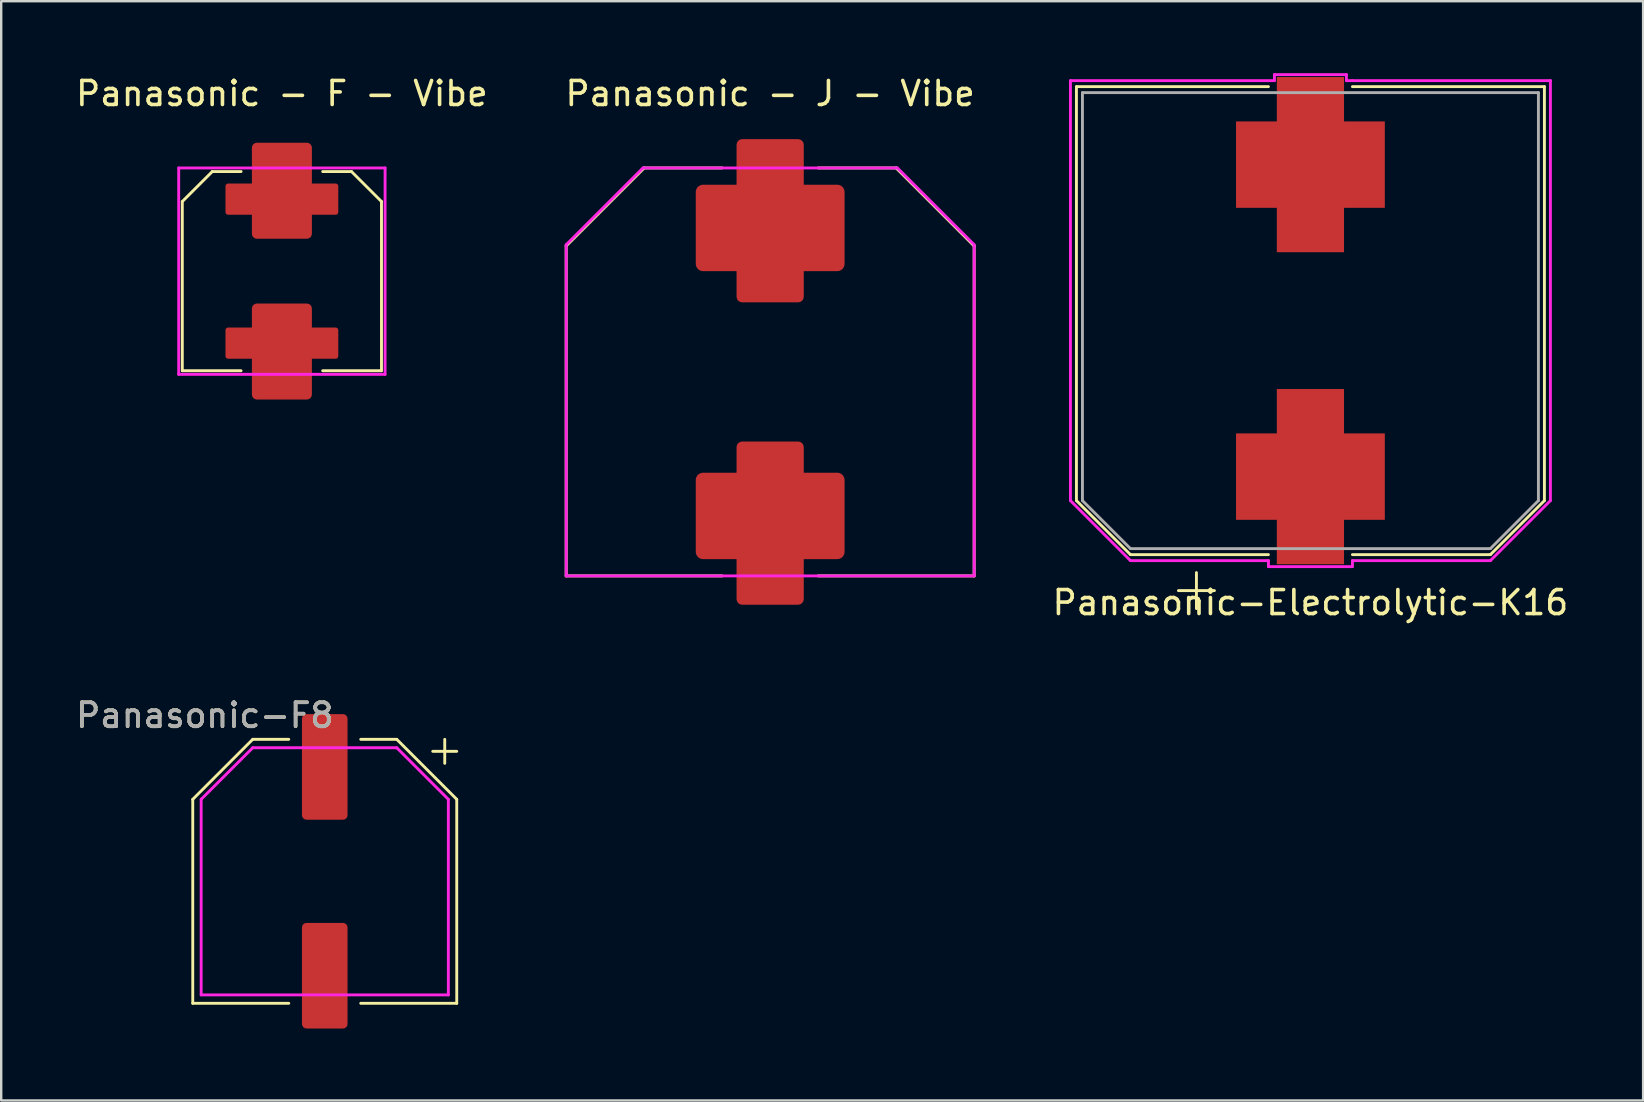
<source format=kicad_pcb>
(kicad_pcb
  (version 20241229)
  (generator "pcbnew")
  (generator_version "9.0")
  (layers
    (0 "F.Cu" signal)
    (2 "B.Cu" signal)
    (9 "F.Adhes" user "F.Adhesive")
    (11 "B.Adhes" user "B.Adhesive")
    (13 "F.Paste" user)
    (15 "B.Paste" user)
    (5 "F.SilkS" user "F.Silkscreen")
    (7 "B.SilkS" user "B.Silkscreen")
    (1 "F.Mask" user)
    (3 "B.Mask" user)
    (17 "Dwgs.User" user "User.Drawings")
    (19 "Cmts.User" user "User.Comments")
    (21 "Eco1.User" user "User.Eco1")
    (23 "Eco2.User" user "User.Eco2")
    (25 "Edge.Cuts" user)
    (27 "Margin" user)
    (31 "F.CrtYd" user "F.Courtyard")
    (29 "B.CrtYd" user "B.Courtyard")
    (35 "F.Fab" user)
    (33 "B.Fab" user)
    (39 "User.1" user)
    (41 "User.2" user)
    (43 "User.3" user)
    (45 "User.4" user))
  (footprint "Panasonic-F8"
    (layer "F.Cu")
    (at 10.482 33.257)
    (property "Reference" "Panasonic-F8" (at -5 -6.5 0) (unlocked yes) (layer "F.SilkS") (effects (font (size 1 1) (thickness 0.15))))
    (attr smd)
    (fp_line (start -5.5 -3) (end -5.5 5.5) (stroke (width 0.12) (type solid)) (layer "F.SilkS"))
    (fp_line (start -3 -5.5) (end -5.5 -3) (stroke (width 0.12) (type solid)) (layer "F.SilkS"))
    (fp_line (start -3 -5.5) (end -1.5 -5.5) (stroke (width 0.12) (type solid)) (layer "F.SilkS"))
    (fp_line (start -1.5 5.5) (end -5.5 5.5) (stroke (width 0.12) (type solid)) (layer "F.SilkS"))
    (fp_line (start 3 -5.5) (end 1.5 -5.5) (stroke (width 0.12) (type solid)) (layer "F.SilkS"))
    (fp_line (start 3 -5.5) (end 5.5 -3) (stroke (width 0.12) (type solid)) (layer "F.SilkS"))
    (fp_line (start 4.5 -5) (end 5.5 -5) (stroke (width 0.12) (type solid)) (layer "F.SilkS"))
    (fp_line (start 5 -5.5) (end 5 -4.5) (stroke (width 0.12) (type solid)) (layer "F.SilkS"))
    (fp_line (start 5.5 -3) (end 5.5 5.5) (stroke (width 0.12) (type solid)) (layer "F.SilkS"))
    (fp_line (start 5.5 5.5) (end 1.5 5.5) (stroke (width 0.12) (type solid)) (layer "F.SilkS"))
    (fp_line (start -5.15 -3) (end -5.15 5.15) (stroke (width 0.12) (type solid)) (layer "F.CrtYd"))
    (fp_line (start -5.15 5.15) (end 5.15 5.15) (stroke (width 0.12) (type solid)) (layer "F.CrtYd"))
    (fp_line (start -3 -5.15) (end -5.15 -3) (stroke (width 0.12) (type solid)) (layer "F.CrtYd"))
    (fp_line (start 3 -5.15) (end -3 -5.15) (stroke (width 0.12) (type solid)) (layer "F.CrtYd"))
    (fp_line (start 3 -5.15) (end 5.15 -3) (stroke (width 0.12) (type solid)) (layer "F.CrtYd"))
    (fp_line (start 5.15 5.15) (end 5.15 -3) (stroke (width 0.12) (type solid)) (layer "F.CrtYd"))
    (fp_text user "${REFERENCE}" (at -5 -6.5 0) (unlocked yes) (layer "F.Fab") (effects (font (size 1 1) (thickness 0.15))))
    (pad "1" smd roundrect (at 0 -4.35) (size 1.9 4.4) (layers "F.Cu" "F.Mask" "F.Paste") (roundrect_rratio 0.1))
    (pad "2" smd roundrect (at 0 4.35) (size 1.9 4.4) (layers "F.Cu" "F.Mask" "F.Paste") (roundrect_rratio 0.1)))
  (footprint "Panasonic-Electrolytic-K16"
    (layer "F.Cu")
    (at 51.554 10.31)
    (property "Reference" "Panasonic-Electrolytic-K16" (at 0 11.75 0) (layer "F.SilkS") (effects (font (size 1 1) (thickness 0.15))))
    (attr through_hole)
    (fp_line (start -9.75 -9.75) (end -9.75 7.5) (stroke (width 0.12) (type solid)) (layer "F.SilkS"))
    (fp_line (start -9.75 7.5) (end -7.5 9.75) (stroke (width 0.12) (type solid)) (layer "F.SilkS"))
    (fp_line (start -7.5 9.75) (end -1.75 9.75) (stroke (width 0.12) (type solid)) (layer "F.SilkS"))
    (fp_line (start -4.75 10.5) (end -4.75 12) (stroke (width 0.12) (type solid)) (layer "F.SilkS"))
    (fp_line (start -4 11.25) (end -5.5 11.25) (stroke (width 0.12) (type solid)) (layer "F.SilkS"))
    (fp_line (start -1.75 -9.75) (end -9.75 -9.75) (stroke (width 0.12) (type solid)) (layer "F.SilkS"))
    (fp_line (start 1.75 9.75) (end 7.5 9.75) (stroke (width 0.12) (type solid)) (layer "F.SilkS"))
    (fp_line (start 7.5 9.75) (end 9.75 7.5) (stroke (width 0.12) (type solid)) (layer "F.SilkS"))
    (fp_line (start 9.75 -9.75) (end 1.75 -9.75) (stroke (width 0.12) (type solid)) (layer "F.SilkS"))
    (fp_line (start 9.75 7.5) (end 9.75 -9.75) (stroke (width 0.12) (type solid)) (layer "F.SilkS"))
    (fp_line (start -10 -10) (end -10 7.5) (stroke (width 0.12) (type solid)) (layer "F.CrtYd"))
    (fp_line (start -10 7.5) (end -7.5 10) (stroke (width 0.12) (type solid)) (layer "F.CrtYd"))
    (fp_line (start -7.5 10) (end -1.75 10) (stroke (width 0.12) (type solid)) (layer "F.CrtYd"))
    (fp_line (start -1.75 10) (end -1.75 10.25) (stroke (width 0.12) (type solid)) (layer "F.CrtYd"))
    (fp_line (start -1.75 10.25) (end 1.75 10.25) (stroke (width 0.12) (type solid)) (layer "F.CrtYd"))
    (fp_line (start -1.5 -10.25) (end -1.5 -10) (stroke (width 0.12) (type solid)) (layer "F.CrtYd"))
    (fp_line (start -1.5 -10) (end -10 -10) (stroke (width 0.12) (type solid)) (layer "F.CrtYd"))
    (fp_line (start 1.5 -10.25) (end -1.5 -10.25) (stroke (width 0.12) (type solid)) (layer "F.CrtYd"))
    (fp_line (start 1.5 -10) (end 1.5 -10.25) (stroke (width 0.12) (type solid)) (layer "F.CrtYd"))
    (fp_line (start 1.75 -10) (end 1.5 -10) (stroke (width 0.12) (type solid)) (layer "F.CrtYd"))
    (fp_line (start 1.75 10) (end 7.5 10) (stroke (width 0.12) (type solid)) (layer "F.CrtYd"))
    (fp_line (start 1.75 10.25) (end 1.75 10) (stroke (width 0.12) (type solid)) (layer "F.CrtYd"))
    (fp_line (start 7.5 10) (end 10 7.5) (stroke (width 0.12) (type solid)) (layer "F.CrtYd"))
    (fp_line (start 10 -10) (end 1.75 -10) (stroke (width 0.12) (type solid)) (layer "F.CrtYd"))
    (fp_line (start 10 7.5) (end 10 -10) (stroke (width 0.12) (type solid)) (layer "F.CrtYd"))
    (fp_line (start -9.5 -9.5) (end -9.5 7.5) (stroke (width 0.12) (type solid)) (layer "F.Fab"))
    (fp_line (start -9.5 7.5) (end -7.5 9.5) (stroke (width 0.12) (type solid)) (layer "F.Fab"))
    (fp_line (start 7.5 9.5) (end -7.5 9.5) (stroke (width 0.12) (type solid)) (layer "F.Fab"))
    (fp_line (start 9.5 -9.5) (end -9.5 -9.5) (stroke (width 0.12) (type solid)) (layer "F.Fab"))
    (fp_line (start 9.5 -9.5) (end 9.5 7.5) (stroke (width 0.12) (type solid)) (layer "F.Fab"))
    (fp_line (start 9.5 7.5) (end 7.5 9.5) (stroke (width 0.12) (type solid)) (layer "F.Fab"))
    (pad "1" smd rect (at 0 6.5) (size 2.8 7.3) (layers "F.Cu" "F.Mask" "F.Paste"))
    (pad "1" smd rect (at 0 6.5 270) (size 3.6 6.2) (layers "F.Cu" "F.Mask" "F.Paste"))
    (pad "2" smd rect (at 0 -6.5) (size 2.8 7.3) (layers "F.Cu" "F.Mask" "F.Paste"))
    (pad "2" smd rect (at 0 -6.5 90) (size 3.6 6.2) (layers "F.Cu" "F.Mask" "F.Paste")))
  (footprint "Panasonic - J - Vibe"
    (layer "F.Cu")
    (at 29.042 12.448)
    (property "Reference" "Panasonic - J - Vibe" (at 0 -11.6 0) (unlocked yes) (layer "F.SilkS") (effects (font (size 1 1) (thickness 0.15))))
    (attr smd)
    (fp_line (start -8.5 -5.25) (end -8.5 8.5) (stroke (width 0.12) (type default)) (layer "F.SilkS"))
    (fp_line (start -8.5 8.5) (end -2 8.5) (stroke (width 0.12) (type default)) (layer "F.SilkS"))
    (fp_line (start -5.25 -8.5) (end -8.5 -5.25) (stroke (width 0.12) (type default)) (layer "F.SilkS"))
    (fp_line (start -2 -8.5) (end -5.25 -8.5) (stroke (width 0.12) (type default)) (layer "F.SilkS"))
    (fp_line (start 2 8.5) (end 8.5 8.5) (stroke (width 0.12) (type default)) (layer "F.SilkS"))
    (fp_line (start 5.25 -8.5) (end 2 -8.5) (stroke (width 0.12) (type default)) (layer "F.SilkS"))
    (fp_line (start 5.25 -8.5) (end 8.5 -5.25) (stroke (width 0.12) (type default)) (layer "F.SilkS"))
    (fp_line (start 8.5 8.5) (end 8.5 -5.25) (stroke (width 0.12) (type default)) (layer "F.SilkS"))
    (fp_line (start -8.5 -5.3) (end -8.5 8.5) (stroke (width 0.12) (type default)) (layer "F.CrtYd"))
    (fp_line (start -8.5 8.5) (end 8.5 8.5) (stroke (width 0.12) (type default)) (layer "F.CrtYd"))
    (fp_line (start -5.3 -8.5) (end -8.5 -5.3) (stroke (width 0.12) (type default)) (layer "F.CrtYd"))
    (fp_line (start 5.3 -8.5) (end -5.3 -8.5) (stroke (width 0.12) (type default)) (layer "F.CrtYd"))
    (fp_line (start 8.5 -5.3) (end 5.3 -8.5) (stroke (width 0.12) (type default)) (layer "F.CrtYd"))
    (fp_line (start 8.5 8.5) (end 8.5 -5.3) (stroke (width 0.12) (type default)) (layer "F.CrtYd"))
    (pad "1" smd roundrect (at 0 -6.3) (size 2.8 6.8) (layers "F.Cu" "F.Mask" "F.Paste") (roundrect_rratio 0.083))
    (pad "1" smd roundrect (at 0 -6) (size 6.2 3.6) (layers "F.Cu" "F.Mask" "F.Paste") (roundrect_rratio 0.083))
    (pad "2" smd roundrect (at 0 6) (size 6.2 3.6) (layers "F.Cu" "F.Mask" "F.Paste") (roundrect_rratio 0.083))
    (pad "2" smd roundrect (at 0 6.3) (size 2.8 6.8) (layers "F.Cu" "F.Mask" "F.Paste") (roundrect_rratio 0.083)))
  (footprint "Panasonic - F - Vibe"
    (layer "F.Cu")
    (at 8.696 8.248)
    (property "Reference" "Panasonic - F - Vibe" (at 0 -7.4 0) (unlocked yes) (layer "F.SilkS") (effects (font (size 1 1) (thickness 0.15))))
    (attr smd)
    (fp_line (start -4.15 -2.9) (end -4.15 4.15) (stroke (width 0.12) (type default)) (layer "F.SilkS"))
    (fp_line (start -4.15 4.15) (end -1.7 4.15) (stroke (width 0.12) (type default)) (layer "F.SilkS"))
    (fp_line (start -2.9 -4.15) (end -4.15 -2.9) (stroke (width 0.12) (type default)) (layer "F.SilkS"))
    (fp_line (start -1.7 -4.15) (end -2.9 -4.15) (stroke (width 0.12) (type default)) (layer "F.SilkS"))
    (fp_line (start 1.7 4.15) (end 4.15 4.15) (stroke (width 0.12) (type default)) (layer "F.SilkS"))
    (fp_line (start 2.9 -4.15) (end 1.7 -4.15) (stroke (width 0.12) (type default)) (layer "F.SilkS"))
    (fp_line (start 2.9 -4.15) (end 4.15 -2.9) (stroke (width 0.12) (type default)) (layer "F.SilkS"))
    (fp_line (start 4.15 4.15) (end 4.15 -2.9) (stroke (width 0.12) (type default)) (layer "F.SilkS"))
    (fp_line (start -4.3 -4.3) (end 4.3 -4.3) (stroke (width 0.12) (type default)) (layer "F.CrtYd"))
    (fp_line (start -4.3 4.3) (end -4.3 -4.3) (stroke (width 0.12) (type default)) (layer "F.CrtYd"))
    (fp_line (start 4.3 -4.3) (end 4.3 4.3) (stroke (width 0.12) (type default)) (layer "F.CrtYd"))
    (fp_line (start 4.3 4.3) (end -4.3 4.3) (stroke (width 0.12) (type default)) (layer "F.CrtYd"))
    (pad "1" smd roundrect (at 0 -3.35) (size 2.5 4) (layers "F.Cu" "F.Mask" "F.Paste") (roundrect_rratio 0.083))
    (pad "1" smd roundrect (at 0 -3) (size 4.7 1.3) (layers "F.Cu" "F.Mask" "F.Paste") (roundrect_rratio 0.083))
    (pad "2" smd roundrect (at 0 3) (size 4.7 1.3) (layers "F.Cu" "F.Mask" "F.Paste") (roundrect_rratio 0.083))
    (pad "2" smd roundrect (at 0 3.35) (size 2.5 4) (layers "F.Cu" "F.Mask" "F.Paste") (roundrect_rratio 0.083)))
  (gr_rect
    (start -3 -3)
    (end 65.417 42.806)
    (stroke (width 0.1) (type default))
    (fill no)
    (layer "Edge.Cuts")))
</source>
